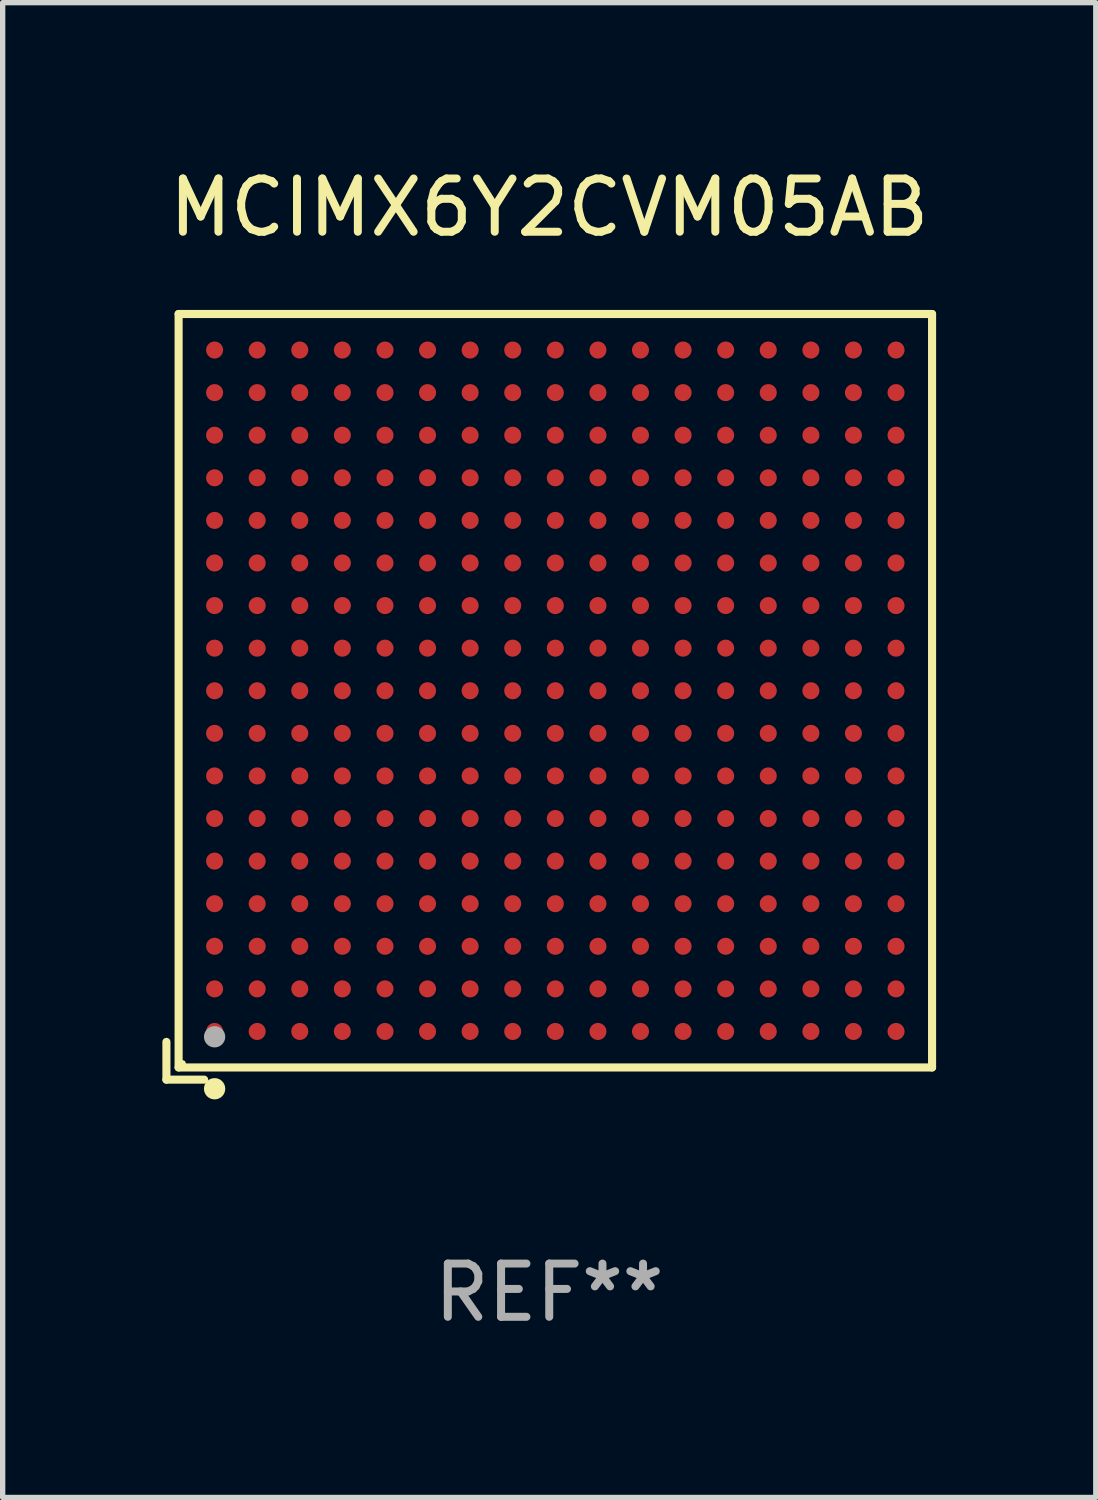
<source format=kicad_pcb>
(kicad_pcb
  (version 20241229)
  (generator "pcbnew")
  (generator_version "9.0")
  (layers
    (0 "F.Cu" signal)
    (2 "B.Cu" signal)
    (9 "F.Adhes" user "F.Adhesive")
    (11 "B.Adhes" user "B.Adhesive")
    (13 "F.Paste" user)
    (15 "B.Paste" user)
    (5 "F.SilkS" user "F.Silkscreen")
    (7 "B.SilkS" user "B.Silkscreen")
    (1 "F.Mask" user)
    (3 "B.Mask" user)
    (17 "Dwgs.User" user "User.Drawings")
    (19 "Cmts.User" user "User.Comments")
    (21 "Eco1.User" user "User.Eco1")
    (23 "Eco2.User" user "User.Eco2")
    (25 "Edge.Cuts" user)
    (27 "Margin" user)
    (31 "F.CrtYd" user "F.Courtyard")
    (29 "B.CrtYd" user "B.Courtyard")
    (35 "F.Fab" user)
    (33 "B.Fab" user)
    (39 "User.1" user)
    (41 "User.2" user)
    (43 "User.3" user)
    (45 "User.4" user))
  (footprint "MCIMX6Y2CVM05AB"
    (layer "F.Cu")
    (at 7.267 10.039)
    (property "Reference" "MCIMX6Y2CVM05AB" (at 0 -9.191 0) (layer "F.SilkS") (effects (font (size 1 1) (thickness 0.15))))
    (attr through_hole)
    (fp_line (start -7.191 6.482) (end -7.191 7.191) (stroke (width 0.152) (type solid)) (layer "F.SilkS"))
    (fp_line (start -7.191 7.191) (end -6.482 7.191) (stroke (width 0.152) (type solid)) (layer "F.SilkS"))
    (fp_line (start -6.962 -7.191) (end 7.191 -7.191) (stroke (width 0.152) (type solid)) (layer "F.SilkS"))
    (fp_line (start -6.962 6.962) (end -6.962 -7.191) (stroke (width 0.152) (type solid)) (layer "F.SilkS"))
    (fp_line (start 7.191 -7.191) (end 7.191 6.962) (stroke (width 0.152) (type solid)) (layer "F.SilkS"))
    (fp_line (start 7.191 6.962) (end -6.962 6.962) (stroke (width 0.152) (type solid)) (layer "F.SilkS"))
    (fp_circle (center -6.886 6.886) (end -6.856 6.886) (stroke (width 0.06) (type solid)) (fill no) (layer "F.SilkS"))
    (fp_circle (center -6.286 7.362) (end -6.186 7.362) (stroke (width 0.2) (type solid)) (fill no) (layer "F.SilkS"))
    (fp_circle (center -6.286 6.386) (end -6.186 6.386) (stroke (width 0.2) (type solid)) (fill no) (layer "F.Fab"))
    (fp_text user "REF**" (at 0 11.191 0) (layer "F.Fab") (effects (font (size 1 1) (thickness 0.15))))
    (pad "A1" smd circle (at -6.286 6.286) (size 0.32 0.32) (layers "F.Cu" "F.Mask" "F.Paste"))
    (pad "A2" smd circle (at -6.286 5.486) (size 0.32 0.32) (layers "F.Cu" "F.Mask" "F.Paste"))
    (pad "A3" smd circle (at -6.286 4.686) (size 0.32 0.32) (layers "F.Cu" "F.Mask" "F.Paste"))
    (pad "A4" smd circle (at -6.286 3.886) (size 0.32 0.32) (layers "F.Cu" "F.Mask" "F.Paste"))
    (pad "A5" smd circle (at -6.286 3.086) (size 0.32 0.32) (layers "F.Cu" "F.Mask" "F.Paste"))
    (pad "A6" smd circle (at -6.286 2.286) (size 0.32 0.32) (layers "F.Cu" "F.Mask" "F.Paste"))
    (pad "A7" smd circle (at -6.286 1.486) (size 0.32 0.32) (layers "F.Cu" "F.Mask" "F.Paste"))
    (pad "A8" smd circle (at -6.286 0.686) (size 0.32 0.32) (layers "F.Cu" "F.Mask" "F.Paste"))
    (pad "A9" smd circle (at -6.286 -0.114) (size 0.32 0.32) (layers "F.Cu" "F.Mask" "F.Paste"))
    (pad "A10" smd circle (at -6.286 -0.914) (size 0.32 0.32) (layers "F.Cu" "F.Mask" "F.Paste"))
    (pad "A11" smd circle (at -6.286 -1.714) (size 0.32 0.32) (layers "F.Cu" "F.Mask" "F.Paste"))
    (pad "A12" smd circle (at -6.286 -2.514) (size 0.32 0.32) (layers "F.Cu" "F.Mask" "F.Paste"))
    (pad "A13" smd circle (at -6.286 -3.314) (size 0.32 0.32) (layers "F.Cu" "F.Mask" "F.Paste"))
    (pad "A14" smd circle (at -6.286 -4.114) (size 0.32 0.32) (layers "F.Cu" "F.Mask" "F.Paste"))
    (pad "A15" smd circle (at -6.286 -4.914) (size 0.32 0.32) (layers "F.Cu" "F.Mask" "F.Paste"))
    (pad "A16" smd circle (at -6.286 -5.714) (size 0.32 0.32) (layers "F.Cu" "F.Mask" "F.Paste"))
    (pad "A17" smd circle (at -6.286 -6.514) (size 0.32 0.32) (layers "F.Cu" "F.Mask" "F.Paste"))
    (pad "B1" smd circle (at -5.486 6.286) (size 0.32 0.32) (layers "F.Cu" "F.Mask" "F.Paste"))
    (pad "B2" smd circle (at -5.486 5.486) (size 0.32 0.32) (layers "F.Cu" "F.Mask" "F.Paste"))
    (pad "B3" smd circle (at -5.486 4.686) (size 0.32 0.32) (layers "F.Cu" "F.Mask" "F.Paste"))
    (pad "B4" smd circle (at -5.486 3.886) (size 0.32 0.32) (layers "F.Cu" "F.Mask" "F.Paste"))
    (pad "B5" smd circle (at -5.486 3.086) (size 0.32 0.32) (layers "F.Cu" "F.Mask" "F.Paste"))
    (pad "B6" smd circle (at -5.486 2.286) (size 0.32 0.32) (layers "F.Cu" "F.Mask" "F.Paste"))
    (pad "B7" smd circle (at -5.486 1.486) (size 0.32 0.32) (layers "F.Cu" "F.Mask" "F.Paste"))
    (pad "B8" smd circle (at -5.486 0.686) (size 0.32 0.32) (layers "F.Cu" "F.Mask" "F.Paste"))
    (pad "B9" smd circle (at -5.486 -0.114) (size 0.32 0.32) (layers "F.Cu" "F.Mask" "F.Paste"))
    (pad "B10" smd circle (at -5.486 -0.914) (size 0.32 0.32) (layers "F.Cu" "F.Mask" "F.Paste"))
    (pad "B11" smd circle (at -5.486 -1.714) (size 0.32 0.32) (layers "F.Cu" "F.Mask" "F.Paste"))
    (pad "B12" smd circle (at -5.486 -2.514) (size 0.32 0.32) (layers "F.Cu" "F.Mask" "F.Paste"))
    (pad "B13" smd circle (at -5.486 -3.314) (size 0.32 0.32) (layers "F.Cu" "F.Mask" "F.Paste"))
    (pad "B14" smd circle (at -5.486 -4.114) (size 0.32 0.32) (layers "F.Cu" "F.Mask" "F.Paste"))
    (pad "B15" smd circle (at -5.486 -4.914) (size 0.32 0.32) (layers "F.Cu" "F.Mask" "F.Paste"))
    (pad "B16" smd circle (at -5.486 -5.714) (size 0.32 0.32) (layers "F.Cu" "F.Mask" "F.Paste"))
    (pad "B17" smd circle (at -5.486 -6.514) (size 0.32 0.32) (layers "F.Cu" "F.Mask" "F.Paste"))
    (pad "C1" smd circle (at -4.686 6.286) (size 0.32 0.32) (layers "F.Cu" "F.Mask" "F.Paste"))
    (pad "C2" smd circle (at -4.686 5.486) (size 0.32 0.32) (layers "F.Cu" "F.Mask" "F.Paste"))
    (pad "C3" smd circle (at -4.686 4.686) (size 0.32 0.32) (layers "F.Cu" "F.Mask" "F.Paste"))
    (pad "C4" smd circle (at -4.686 3.886) (size 0.32 0.32) (layers "F.Cu" "F.Mask" "F.Paste"))
    (pad "C5" smd circle (at -4.686 3.086) (size 0.32 0.32) (layers "F.Cu" "F.Mask" "F.Paste"))
    (pad "C6" smd circle (at -4.686 2.286) (size 0.32 0.32) (layers "F.Cu" "F.Mask" "F.Paste"))
    (pad "C7" smd circle (at -4.686 1.486) (size 0.32 0.32) (layers "F.Cu" "F.Mask" "F.Paste"))
    (pad "C8" smd circle (at -4.686 0.686) (size 0.32 0.32) (layers "F.Cu" "F.Mask" "F.Paste"))
    (pad "C9" smd circle (at -4.686 -0.114) (size 0.32 0.32) (layers "F.Cu" "F.Mask" "F.Paste"))
    (pad "C10" smd circle (at -4.686 -0.914) (size 0.32 0.32) (layers "F.Cu" "F.Mask" "F.Paste"))
    (pad "C11" smd circle (at -4.686 -1.714) (size 0.32 0.32) (layers "F.Cu" "F.Mask" "F.Paste"))
    (pad "C12" smd circle (at -4.686 -2.514) (size 0.32 0.32) (layers "F.Cu" "F.Mask" "F.Paste"))
    (pad "C13" smd circle (at -4.686 -3.314) (size 0.32 0.32) (layers "F.Cu" "F.Mask" "F.Paste"))
    (pad "C14" smd circle (at -4.686 -4.114) (size 0.32 0.32) (layers "F.Cu" "F.Mask" "F.Paste"))
    (pad "C15" smd circle (at -4.686 -4.914) (size 0.32 0.32) (layers "F.Cu" "F.Mask" "F.Paste"))
    (pad "C16" smd circle (at -4.686 -5.714) (size 0.32 0.32) (layers "F.Cu" "F.Mask" "F.Paste"))
    (pad "C17" smd circle (at -4.686 -6.514) (size 0.32 0.32) (layers "F.Cu" "F.Mask" "F.Paste"))
    (pad "D1" smd circle (at -3.886 6.286) (size 0.32 0.32) (layers "F.Cu" "F.Mask" "F.Paste"))
    (pad "D2" smd circle (at -3.886 5.486) (size 0.32 0.32) (layers "F.Cu" "F.Mask" "F.Paste"))
    (pad "D3" smd circle (at -3.886 4.686) (size 0.32 0.32) (layers "F.Cu" "F.Mask" "F.Paste"))
    (pad "D4" smd circle (at -3.886 3.886) (size 0.32 0.32) (layers "F.Cu" "F.Mask" "F.Paste"))
    (pad "D5" smd circle (at -3.886 3.086) (size 0.32 0.32) (layers "F.Cu" "F.Mask" "F.Paste"))
    (pad "D6" smd circle (at -3.886 2.286) (size 0.32 0.32) (layers "F.Cu" "F.Mask" "F.Paste"))
    (pad "D7" smd circle (at -3.886 1.486) (size 0.32 0.32) (layers "F.Cu" "F.Mask" "F.Paste"))
    (pad "D8" smd circle (at -3.886 0.686) (size 0.32 0.32) (layers "F.Cu" "F.Mask" "F.Paste"))
    (pad "D9" smd circle (at -3.886 -0.114) (size 0.32 0.32) (layers "F.Cu" "F.Mask" "F.Paste"))
    (pad "D10" smd circle (at -3.886 -0.914) (size 0.32 0.32) (layers "F.Cu" "F.Mask" "F.Paste"))
    (pad "D11" smd circle (at -3.886 -1.714) (size 0.32 0.32) (layers "F.Cu" "F.Mask" "F.Paste"))
    (pad "D12" smd circle (at -3.886 -2.514) (size 0.32 0.32) (layers "F.Cu" "F.Mask" "F.Paste"))
    (pad "D13" smd circle (at -3.886 -3.314) (size 0.32 0.32) (layers "F.Cu" "F.Mask" "F.Paste"))
    (pad "D14" smd circle (at -3.886 -4.114) (size 0.32 0.32) (layers "F.Cu" "F.Mask" "F.Paste"))
    (pad "D15" smd circle (at -3.886 -4.914) (size 0.32 0.32) (layers "F.Cu" "F.Mask" "F.Paste"))
    (pad "D16" smd circle (at -3.886 -5.714) (size 0.32 0.32) (layers "F.Cu" "F.Mask" "F.Paste"))
    (pad "D17" smd circle (at -3.886 -6.514) (size 0.32 0.32) (layers "F.Cu" "F.Mask" "F.Paste"))
    (pad "E1" smd circle (at -3.085 6.286) (size 0.32 0.32) (layers "F.Cu" "F.Mask" "F.Paste"))
    (pad "E2" smd circle (at -3.085 5.486) (size 0.32 0.32) (layers "F.Cu" "F.Mask" "F.Paste"))
    (pad "E3" smd circle (at -3.085 4.686) (size 0.32 0.32) (layers "F.Cu" "F.Mask" "F.Paste"))
    (pad "E4" smd circle (at -3.085 3.886) (size 0.32 0.32) (layers "F.Cu" "F.Mask" "F.Paste"))
    (pad "E5" smd circle (at -3.085 3.086) (size 0.32 0.32) (layers "F.Cu" "F.Mask" "F.Paste"))
    (pad "E6" smd circle (at -3.085 2.286) (size 0.32 0.32) (layers "F.Cu" "F.Mask" "F.Paste"))
    (pad "E7" smd circle (at -3.085 1.486) (size 0.32 0.32) (layers "F.Cu" "F.Mask" "F.Paste"))
    (pad "E8" smd circle (at -3.085 0.686) (size 0.32 0.32) (layers "F.Cu" "F.Mask" "F.Paste"))
    (pad "E9" smd circle (at -3.085 -0.114) (size 0.32 0.32) (layers "F.Cu" "F.Mask" "F.Paste"))
    (pad "E10" smd circle (at -3.085 -0.914) (size 0.32 0.32) (layers "F.Cu" "F.Mask" "F.Paste"))
    (pad "E11" smd circle (at -3.085 -1.714) (size 0.32 0.32) (layers "F.Cu" "F.Mask" "F.Paste"))
    (pad "E12" smd circle (at -3.085 -2.514) (size 0.32 0.32) (layers "F.Cu" "F.Mask" "F.Paste"))
    (pad "E13" smd circle (at -3.085 -3.314) (size 0.32 0.32) (layers "F.Cu" "F.Mask" "F.Paste"))
    (pad "E14" smd circle (at -3.085 -4.114) (size 0.32 0.32) (layers "F.Cu" "F.Mask" "F.Paste"))
    (pad "E15" smd circle (at -3.085 -4.914) (size 0.32 0.32) (layers "F.Cu" "F.Mask" "F.Paste"))
    (pad "E16" smd circle (at -3.085 -5.714) (size 0.32 0.32) (layers "F.Cu" "F.Mask" "F.Paste"))
    (pad "E17" smd circle (at -3.085 -6.514) (size 0.32 0.32) (layers "F.Cu" "F.Mask" "F.Paste"))
    (pad "F1" smd circle (at -2.286 6.286) (size 0.32 0.32) (layers "F.Cu" "F.Mask" "F.Paste"))
    (pad "F2" smd circle (at -2.286 5.486) (size 0.32 0.32) (layers "F.Cu" "F.Mask" "F.Paste"))
    (pad "F3" smd circle (at -2.286 4.686) (size 0.32 0.32) (layers "F.Cu" "F.Mask" "F.Paste"))
    (pad "F4" smd circle (at -2.286 3.886) (size 0.32 0.32) (layers "F.Cu" "F.Mask" "F.Paste"))
    (pad "F5" smd circle (at -2.286 3.086) (size 0.32 0.32) (layers "F.Cu" "F.Mask" "F.Paste"))
    (pad "F6" smd circle (at -2.286 2.286) (size 0.32 0.32) (layers "F.Cu" "F.Mask" "F.Paste"))
    (pad "F7" smd circle (at -2.286 1.486) (size 0.32 0.32) (layers "F.Cu" "F.Mask" "F.Paste"))
    (pad "F8" smd circle (at -2.286 0.686) (size 0.32 0.32) (layers "F.Cu" "F.Mask" "F.Paste"))
    (pad "F9" smd circle (at -2.286 -0.114) (size 0.32 0.32) (layers "F.Cu" "F.Mask" "F.Paste"))
    (pad "F10" smd circle (at -2.286 -0.914) (size 0.32 0.32) (layers "F.Cu" "F.Mask" "F.Paste"))
    (pad "F11" smd circle (at -2.286 -1.714) (size 0.32 0.32) (layers "F.Cu" "F.Mask" "F.Paste"))
    (pad "F12" smd circle (at -2.286 -2.514) (size 0.32 0.32) (layers "F.Cu" "F.Mask" "F.Paste"))
    (pad "F13" smd circle (at -2.286 -3.314) (size 0.32 0.32) (layers "F.Cu" "F.Mask" "F.Paste"))
    (pad "F14" smd circle (at -2.286 -4.114) (size 0.32 0.32) (layers "F.Cu" "F.Mask" "F.Paste"))
    (pad "F15" smd circle (at -2.286 -4.914) (size 0.32 0.32) (layers "F.Cu" "F.Mask" "F.Paste"))
    (pad "F16" smd circle (at -2.286 -5.714) (size 0.32 0.32) (layers "F.Cu" "F.Mask" "F.Paste"))
    (pad "F17" smd circle (at -2.286 -6.514) (size 0.32 0.32) (layers "F.Cu" "F.Mask" "F.Paste"))
    (pad "G1" smd circle (at -1.486 6.286) (size 0.32 0.32) (layers "F.Cu" "F.Mask" "F.Paste"))
    (pad "G2" smd circle (at -1.486 5.486) (size 0.32 0.32) (layers "F.Cu" "F.Mask" "F.Paste"))
    (pad "G3" smd circle (at -1.486 4.686) (size 0.32 0.32) (layers "F.Cu" "F.Mask" "F.Paste"))
    (pad "G4" smd circle (at -1.486 3.886) (size 0.32 0.32) (layers "F.Cu" "F.Mask" "F.Paste"))
    (pad "G5" smd circle (at -1.486 3.086) (size 0.32 0.32) (layers "F.Cu" "F.Mask" "F.Paste"))
    (pad "G6" smd circle (at -1.486 2.286) (size 0.32 0.32) (layers "F.Cu" "F.Mask" "F.Paste"))
    (pad "G7" smd circle (at -1.486 1.486) (size 0.32 0.32) (layers "F.Cu" "F.Mask" "F.Paste"))
    (pad "G8" smd circle (at -1.486 0.686) (size 0.32 0.32) (layers "F.Cu" "F.Mask" "F.Paste"))
    (pad "G9" smd circle (at -1.486 -0.114) (size 0.32 0.32) (layers "F.Cu" "F.Mask" "F.Paste"))
    (pad "G10" smd circle (at -1.486 -0.914) (size 0.32 0.32) (layers "F.Cu" "F.Mask" "F.Paste"))
    (pad "G11" smd circle (at -1.486 -1.714) (size 0.32 0.32) (layers "F.Cu" "F.Mask" "F.Paste"))
    (pad "G12" smd circle (at -1.486 -2.514) (size 0.32 0.32) (layers "F.Cu" "F.Mask" "F.Paste"))
    (pad "G13" smd circle (at -1.486 -3.314) (size 0.32 0.32) (layers "F.Cu" "F.Mask" "F.Paste"))
    (pad "G14" smd circle (at -1.486 -4.114) (size 0.32 0.32) (layers "F.Cu" "F.Mask" "F.Paste"))
    (pad "G15" smd circle (at -1.486 -4.914) (size 0.32 0.32) (layers "F.Cu" "F.Mask" "F.Paste"))
    (pad "G16" smd circle (at -1.486 -5.714) (size 0.32 0.32) (layers "F.Cu" "F.Mask" "F.Paste"))
    (pad "G17" smd circle (at -1.486 -6.514) (size 0.32 0.32) (layers "F.Cu" "F.Mask" "F.Paste"))
    (pad "H1" smd circle (at -0.686 6.286) (size 0.32 0.32) (layers "F.Cu" "F.Mask" "F.Paste"))
    (pad "H2" smd circle (at -0.686 5.486) (size 0.32 0.32) (layers "F.Cu" "F.Mask" "F.Paste"))
    (pad "H3" smd circle (at -0.686 4.686) (size 0.32 0.32) (layers "F.Cu" "F.Mask" "F.Paste"))
    (pad "H4" smd circle (at -0.686 3.886) (size 0.32 0.32) (layers "F.Cu" "F.Mask" "F.Paste"))
    (pad "H5" smd circle (at -0.686 3.086) (size 0.32 0.32) (layers "F.Cu" "F.Mask" "F.Paste"))
    (pad "H6" smd circle (at -0.686 2.286) (size 0.32 0.32) (layers "F.Cu" "F.Mask" "F.Paste"))
    (pad "H7" smd circle (at -0.686 1.486) (size 0.32 0.32) (layers "F.Cu" "F.Mask" "F.Paste"))
    (pad "H8" smd circle (at -0.686 0.686) (size 0.32 0.32) (layers "F.Cu" "F.Mask" "F.Paste"))
    (pad "H9" smd circle (at -0.686 -0.114) (size 0.32 0.32) (layers "F.Cu" "F.Mask" "F.Paste"))
    (pad "H10" smd circle (at -0.686 -0.914) (size 0.32 0.32) (layers "F.Cu" "F.Mask" "F.Paste"))
    (pad "H11" smd circle (at -0.686 -1.714) (size 0.32 0.32) (layers "F.Cu" "F.Mask" "F.Paste"))
    (pad "H12" smd circle (at -0.686 -2.514) (size 0.32 0.32) (layers "F.Cu" "F.Mask" "F.Paste"))
    (pad "H13" smd circle (at -0.686 -3.314) (size 0.32 0.32) (layers "F.Cu" "F.Mask" "F.Paste"))
    (pad "H14" smd circle (at -0.686 -4.114) (size 0.32 0.32) (layers "F.Cu" "F.Mask" "F.Paste"))
    (pad "H15" smd circle (at -0.686 -4.914) (size 0.32 0.32) (layers "F.Cu" "F.Mask" "F.Paste"))
    (pad "H16" smd circle (at -0.686 -5.714) (size 0.32 0.32) (layers "F.Cu" "F.Mask" "F.Paste"))
    (pad "H17" smd circle (at -0.686 -6.514) (size 0.32 0.32) (layers "F.Cu" "F.Mask" "F.Paste"))
    (pad "J1" smd circle (at 0.114 6.286) (size 0.32 0.32) (layers "F.Cu" "F.Mask" "F.Paste"))
    (pad "J2" smd circle (at 0.114 5.486) (size 0.32 0.32) (layers "F.Cu" "F.Mask" "F.Paste"))
    (pad "J3" smd circle (at 0.114 4.686) (size 0.32 0.32) (layers "F.Cu" "F.Mask" "F.Paste"))
    (pad "J4" smd circle (at 0.114 3.886) (size 0.32 0.32) (layers "F.Cu" "F.Mask" "F.Paste"))
    (pad "J5" smd circle (at 0.114 3.086) (size 0.32 0.32) (layers "F.Cu" "F.Mask" "F.Paste"))
    (pad "J6" smd circle (at 0.114 2.286) (size 0.32 0.32) (layers "F.Cu" "F.Mask" "F.Paste"))
    (pad "J7" smd circle (at 0.114 1.486) (size 0.32 0.32) (layers "F.Cu" "F.Mask" "F.Paste"))
    (pad "J8" smd circle (at 0.114 0.686) (size 0.32 0.32) (layers "F.Cu" "F.Mask" "F.Paste"))
    (pad "J9" smd circle (at 0.114 -0.114) (size 0.32 0.32) (layers "F.Cu" "F.Mask" "F.Paste"))
    (pad "J10" smd circle (at 0.114 -0.914) (size 0.32 0.32) (layers "F.Cu" "F.Mask" "F.Paste"))
    (pad "J11" smd circle (at 0.114 -1.714) (size 0.32 0.32) (layers "F.Cu" "F.Mask" "F.Paste"))
    (pad "J12" smd circle (at 0.114 -2.514) (size 0.32 0.32) (layers "F.Cu" "F.Mask" "F.Paste"))
    (pad "J13" smd circle (at 0.114 -3.314) (size 0.32 0.32) (layers "F.Cu" "F.Mask" "F.Paste"))
    (pad "J14" smd circle (at 0.114 -4.114) (size 0.32 0.32) (layers "F.Cu" "F.Mask" "F.Paste"))
    (pad "J15" smd circle (at 0.114 -4.914) (size 0.32 0.32) (layers "F.Cu" "F.Mask" "F.Paste"))
    (pad "J16" smd circle (at 0.114 -5.714) (size 0.32 0.32) (layers "F.Cu" "F.Mask" "F.Paste"))
    (pad "J17" smd circle (at 0.114 -6.514) (size 0.32 0.32) (layers "F.Cu" "F.Mask" "F.Paste"))
    (pad "K1" smd circle (at 0.915 6.286) (size 0.32 0.32) (layers "F.Cu" "F.Mask" "F.Paste"))
    (pad "K2" smd circle (at 0.915 5.486) (size 0.32 0.32) (layers "F.Cu" "F.Mask" "F.Paste"))
    (pad "K3" smd circle (at 0.915 4.686) (size 0.32 0.32) (layers "F.Cu" "F.Mask" "F.Paste"))
    (pad "K4" smd circle (at 0.915 3.886) (size 0.32 0.32) (layers "F.Cu" "F.Mask" "F.Paste"))
    (pad "K5" smd circle (at 0.915 3.086) (size 0.32 0.32) (layers "F.Cu" "F.Mask" "F.Paste"))
    (pad "K6" smd circle (at 0.915 2.286) (size 0.32 0.32) (layers "F.Cu" "F.Mask" "F.Paste"))
    (pad "K7" smd circle (at 0.915 1.486) (size 0.32 0.32) (layers "F.Cu" "F.Mask" "F.Paste"))
    (pad "K8" smd circle (at 0.915 0.686) (size 0.32 0.32) (layers "F.Cu" "F.Mask" "F.Paste"))
    (pad "K9" smd circle (at 0.915 -0.114) (size 0.32 0.32) (layers "F.Cu" "F.Mask" "F.Paste"))
    (pad "K10" smd circle (at 0.915 -0.914) (size 0.32 0.32) (layers "F.Cu" "F.Mask" "F.Paste"))
    (pad "K11" smd circle (at 0.915 -1.714) (size 0.32 0.32) (layers "F.Cu" "F.Mask" "F.Paste"))
    (pad "K12" smd circle (at 0.915 -2.514) (size 0.32 0.32) (layers "F.Cu" "F.Mask" "F.Paste"))
    (pad "K13" smd circle (at 0.915 -3.314) (size 0.32 0.32) (layers "F.Cu" "F.Mask" "F.Paste"))
    (pad "K14" smd circle (at 0.915 -4.114) (size 0.32 0.32) (layers "F.Cu" "F.Mask" "F.Paste"))
    (pad "K15" smd circle (at 0.915 -4.914) (size 0.32 0.32) (layers "F.Cu" "F.Mask" "F.Paste"))
    (pad "K16" smd circle (at 0.915 -5.714) (size 0.32 0.32) (layers "F.Cu" "F.Mask" "F.Paste"))
    (pad "K17" smd circle (at 0.915 -6.514) (size 0.32 0.32) (layers "F.Cu" "F.Mask" "F.Paste"))
    (pad "L1" smd circle (at 1.714 6.286) (size 0.32 0.32) (layers "F.Cu" "F.Mask" "F.Paste"))
    (pad "L2" smd circle (at 1.714 5.486) (size 0.32 0.32) (layers "F.Cu" "F.Mask" "F.Paste"))
    (pad "L3" smd circle (at 1.714 4.686) (size 0.32 0.32) (layers "F.Cu" "F.Mask" "F.Paste"))
    (pad "L4" smd circle (at 1.714 3.886) (size 0.32 0.32) (layers "F.Cu" "F.Mask" "F.Paste"))
    (pad "L5" smd circle (at 1.714 3.086) (size 0.32 0.32) (layers "F.Cu" "F.Mask" "F.Paste"))
    (pad "L6" smd circle (at 1.714 2.286) (size 0.32 0.32) (layers "F.Cu" "F.Mask" "F.Paste"))
    (pad "L7" smd circle (at 1.714 1.486) (size 0.32 0.32) (layers "F.Cu" "F.Mask" "F.Paste"))
    (pad "L8" smd circle (at 1.714 0.686) (size 0.32 0.32) (layers "F.Cu" "F.Mask" "F.Paste"))
    (pad "L9" smd circle (at 1.714 -0.114) (size 0.32 0.32) (layers "F.Cu" "F.Mask" "F.Paste"))
    (pad "L10" smd circle (at 1.714 -0.914) (size 0.32 0.32) (layers "F.Cu" "F.Mask" "F.Paste"))
    (pad "L11" smd circle (at 1.714 -1.714) (size 0.32 0.32) (layers "F.Cu" "F.Mask" "F.Paste"))
    (pad "L12" smd circle (at 1.714 -2.514) (size 0.32 0.32) (layers "F.Cu" "F.Mask" "F.Paste"))
    (pad "L13" smd circle (at 1.714 -3.314) (size 0.32 0.32) (layers "F.Cu" "F.Mask" "F.Paste"))
    (pad "L14" smd circle (at 1.714 -4.114) (size 0.32 0.32) (layers "F.Cu" "F.Mask" "F.Paste"))
    (pad "L15" smd circle (at 1.714 -4.914) (size 0.32 0.32) (layers "F.Cu" "F.Mask" "F.Paste"))
    (pad "L16" smd circle (at 1.714 -5.714) (size 0.32 0.32) (layers "F.Cu" "F.Mask" "F.Paste"))
    (pad "L17" smd circle (at 1.714 -6.514) (size 0.32 0.32) (layers "F.Cu" "F.Mask" "F.Paste"))
    (pad "M1" smd circle (at 2.514 6.286) (size 0.32 0.32) (layers "F.Cu" "F.Mask" "F.Paste"))
    (pad "M2" smd circle (at 2.514 5.486) (size 0.32 0.32) (layers "F.Cu" "F.Mask" "F.Paste"))
    (pad "M3" smd circle (at 2.514 4.686) (size 0.32 0.32) (layers "F.Cu" "F.Mask" "F.Paste"))
    (pad "M4" smd circle (at 2.514 3.886) (size 0.32 0.32) (layers "F.Cu" "F.Mask" "F.Paste"))
    (pad "M5" smd circle (at 2.514 3.086) (size 0.32 0.32) (layers "F.Cu" "F.Mask" "F.Paste"))
    (pad "M6" smd circle (at 2.514 2.286) (size 0.32 0.32) (layers "F.Cu" "F.Mask" "F.Paste"))
    (pad "M7" smd circle (at 2.514 1.486) (size 0.32 0.32) (layers "F.Cu" "F.Mask" "F.Paste"))
    (pad "M8" smd circle (at 2.514 0.686) (size 0.32 0.32) (layers "F.Cu" "F.Mask" "F.Paste"))
    (pad "M9" smd circle (at 2.514 -0.114) (size 0.32 0.32) (layers "F.Cu" "F.Mask" "F.Paste"))
    (pad "M10" smd circle (at 2.514 -0.914) (size 0.32 0.32) (layers "F.Cu" "F.Mask" "F.Paste"))
    (pad "M11" smd circle (at 2.514 -1.714) (size 0.32 0.32) (layers "F.Cu" "F.Mask" "F.Paste"))
    (pad "M12" smd circle (at 2.514 -2.514) (size 0.32 0.32) (layers "F.Cu" "F.Mask" "F.Paste"))
    (pad "M13" smd circle (at 2.514 -3.314) (size 0.32 0.32) (layers "F.Cu" "F.Mask" "F.Paste"))
    (pad "M14" smd circle (at 2.514 -4.114) (size 0.32 0.32) (layers "F.Cu" "F.Mask" "F.Paste"))
    (pad "M15" smd circle (at 2.514 -4.914) (size 0.32 0.32) (layers "F.Cu" "F.Mask" "F.Paste"))
    (pad "M16" smd circle (at 2.514 -5.714) (size 0.32 0.32) (layers "F.Cu" "F.Mask" "F.Paste"))
    (pad "M17" smd circle (at 2.514 -6.514) (size 0.32 0.32) (layers "F.Cu" "F.Mask" "F.Paste"))
    (pad "N1" smd circle (at 3.314 6.286) (size 0.32 0.32) (layers "F.Cu" "F.Mask" "F.Paste"))
    (pad "N2" smd circle (at 3.314 5.486) (size 0.32 0.32) (layers "F.Cu" "F.Mask" "F.Paste"))
    (pad "N3" smd circle (at 3.314 4.686) (size 0.32 0.32) (layers "F.Cu" "F.Mask" "F.Paste"))
    (pad "N4" smd circle (at 3.314 3.886) (size 0.32 0.32) (layers "F.Cu" "F.Mask" "F.Paste"))
    (pad "N5" smd circle (at 3.314 3.086) (size 0.32 0.32) (layers "F.Cu" "F.Mask" "F.Paste"))
    (pad "N6" smd circle (at 3.314 2.286) (size 0.32 0.32) (layers "F.Cu" "F.Mask" "F.Paste"))
    (pad "N7" smd circle (at 3.314 1.486) (size 0.32 0.32) (layers "F.Cu" "F.Mask" "F.Paste"))
    (pad "N8" smd circle (at 3.314 0.686) (size 0.32 0.32) (layers "F.Cu" "F.Mask" "F.Paste"))
    (pad "N9" smd circle (at 3.314 -0.114) (size 0.32 0.32) (layers "F.Cu" "F.Mask" "F.Paste"))
    (pad "N10" smd circle (at 3.314 -0.914) (size 0.32 0.32) (layers "F.Cu" "F.Mask" "F.Paste"))
    (pad "N11" smd circle (at 3.314 -1.714) (size 0.32 0.32) (layers "F.Cu" "F.Mask" "F.Paste"))
    (pad "N12" smd circle (at 3.314 -2.514) (size 0.32 0.32) (layers "F.Cu" "F.Mask" "F.Paste"))
    (pad "N13" smd circle (at 3.314 -3.314) (size 0.32 0.32) (layers "F.Cu" "F.Mask" "F.Paste"))
    (pad "N14" smd circle (at 3.314 -4.114) (size 0.32 0.32) (layers "F.Cu" "F.Mask" "F.Paste"))
    (pad "N15" smd circle (at 3.314 -4.914) (size 0.32 0.32) (layers "F.Cu" "F.Mask" "F.Paste"))
    (pad "N16" smd circle (at 3.314 -5.714) (size 0.32 0.32) (layers "F.Cu" "F.Mask" "F.Paste"))
    (pad "N17" smd circle (at 3.314 -6.514) (size 0.32 0.32) (layers "F.Cu" "F.Mask" "F.Paste"))
    (pad "P1" smd circle (at 4.114 6.286) (size 0.32 0.32) (layers "F.Cu" "F.Mask" "F.Paste"))
    (pad "P2" smd circle (at 4.114 5.486) (size 0.32 0.32) (layers "F.Cu" "F.Mask" "F.Paste"))
    (pad "P3" smd circle (at 4.114 4.686) (size 0.32 0.32) (layers "F.Cu" "F.Mask" "F.Paste"))
    (pad "P4" smd circle (at 4.114 3.886) (size 0.32 0.32) (layers "F.Cu" "F.Mask" "F.Paste"))
    (pad "P5" smd circle (at 4.114 3.086) (size 0.32 0.32) (layers "F.Cu" "F.Mask" "F.Paste"))
    (pad "P6" smd circle (at 4.114 2.286) (size 0.32 0.32) (layers "F.Cu" "F.Mask" "F.Paste"))
    (pad "P7" smd circle (at 4.114 1.486) (size 0.32 0.32) (layers "F.Cu" "F.Mask" "F.Paste"))
    (pad "P8" smd circle (at 4.114 0.686) (size 0.32 0.32) (layers "F.Cu" "F.Mask" "F.Paste"))
    (pad "P9" smd circle (at 4.114 -0.114) (size 0.32 0.32) (layers "F.Cu" "F.Mask" "F.Paste"))
    (pad "P10" smd circle (at 4.114 -0.914) (size 0.32 0.32) (layers "F.Cu" "F.Mask" "F.Paste"))
    (pad "P11" smd circle (at 4.114 -1.714) (size 0.32 0.32) (layers "F.Cu" "F.Mask" "F.Paste"))
    (pad "P12" smd circle (at 4.114 -2.514) (size 0.32 0.32) (layers "F.Cu" "F.Mask" "F.Paste"))
    (pad "P13" smd circle (at 4.114 -3.314) (size 0.32 0.32) (layers "F.Cu" "F.Mask" "F.Paste"))
    (pad "P14" smd circle (at 4.114 -4.114) (size 0.32 0.32) (layers "F.Cu" "F.Mask" "F.Paste"))
    (pad "P15" smd circle (at 4.114 -4.914) (size 0.32 0.32) (layers "F.Cu" "F.Mask" "F.Paste"))
    (pad "P16" smd circle (at 4.114 -5.714) (size 0.32 0.32) (layers "F.Cu" "F.Mask" "F.Paste"))
    (pad "P17" smd circle (at 4.114 -6.514) (size 0.32 0.32) (layers "F.Cu" "F.Mask" "F.Paste"))
    (pad "R1" smd circle (at 4.915 6.286) (size 0.32 0.32) (layers "F.Cu" "F.Mask" "F.Paste"))
    (pad "R2" smd circle (at 4.915 5.486) (size 0.32 0.32) (layers "F.Cu" "F.Mask" "F.Paste"))
    (pad "R3" smd circle (at 4.915 4.686) (size 0.32 0.32) (layers "F.Cu" "F.Mask" "F.Paste"))
    (pad "R4" smd circle (at 4.915 3.886) (size 0.32 0.32) (layers "F.Cu" "F.Mask" "F.Paste"))
    (pad "R5" smd circle (at 4.915 3.086) (size 0.32 0.32) (layers "F.Cu" "F.Mask" "F.Paste"))
    (pad "R6" smd circle (at 4.915 2.286) (size 0.32 0.32) (layers "F.Cu" "F.Mask" "F.Paste"))
    (pad "R7" smd circle (at 4.915 1.486) (size 0.32 0.32) (layers "F.Cu" "F.Mask" "F.Paste"))
    (pad "R8" smd circle (at 4.915 0.686) (size 0.32 0.32) (layers "F.Cu" "F.Mask" "F.Paste"))
    (pad "R9" smd circle (at 4.915 -0.114) (size 0.32 0.32) (layers "F.Cu" "F.Mask" "F.Paste"))
    (pad "R10" smd circle (at 4.915 -0.914) (size 0.32 0.32) (layers "F.Cu" "F.Mask" "F.Paste"))
    (pad "R11" smd circle (at 4.915 -1.714) (size 0.32 0.32) (layers "F.Cu" "F.Mask" "F.Paste"))
    (pad "R12" smd circle (at 4.915 -2.514) (size 0.32 0.32) (layers "F.Cu" "F.Mask" "F.Paste"))
    (pad "R13" smd circle (at 4.915 -3.314) (size 0.32 0.32) (layers "F.Cu" "F.Mask" "F.Paste"))
    (pad "R14" smd circle (at 4.915 -4.114) (size 0.32 0.32) (layers "F.Cu" "F.Mask" "F.Paste"))
    (pad "R15" smd circle (at 4.915 -4.914) (size 0.32 0.32) (layers "F.Cu" "F.Mask" "F.Paste"))
    (pad "R16" smd circle (at 4.915 -5.714) (size 0.32 0.32) (layers "F.Cu" "F.Mask" "F.Paste"))
    (pad "R17" smd circle (at 4.915 -6.514) (size 0.32 0.32) (layers "F.Cu" "F.Mask" "F.Paste"))
    (pad "T1" smd circle (at 5.714 6.286) (size 0.32 0.32) (layers "F.Cu" "F.Mask" "F.Paste"))
    (pad "T2" smd circle (at 5.714 5.486) (size 0.32 0.32) (layers "F.Cu" "F.Mask" "F.Paste"))
    (pad "T3" smd circle (at 5.714 4.686) (size 0.32 0.32) (layers "F.Cu" "F.Mask" "F.Paste"))
    (pad "T4" smd circle (at 5.714 3.886) (size 0.32 0.32) (layers "F.Cu" "F.Mask" "F.Paste"))
    (pad "T5" smd circle (at 5.714 3.086) (size 0.32 0.32) (layers "F.Cu" "F.Mask" "F.Paste"))
    (pad "T6" smd circle (at 5.714 2.286) (size 0.32 0.32) (layers "F.Cu" "F.Mask" "F.Paste"))
    (pad "T7" smd circle (at 5.714 1.486) (size 0.32 0.32) (layers "F.Cu" "F.Mask" "F.Paste"))
    (pad "T8" smd circle (at 5.714 0.686) (size 0.32 0.32) (layers "F.Cu" "F.Mask" "F.Paste"))
    (pad "T9" smd circle (at 5.714 -0.114) (size 0.32 0.32) (layers "F.Cu" "F.Mask" "F.Paste"))
    (pad "T10" smd circle (at 5.714 -0.914) (size 0.32 0.32) (layers "F.Cu" "F.Mask" "F.Paste"))
    (pad "T11" smd circle (at 5.714 -1.714) (size 0.32 0.32) (layers "F.Cu" "F.Mask" "F.Paste"))
    (pad "T12" smd circle (at 5.714 -2.514) (size 0.32 0.32) (layers "F.Cu" "F.Mask" "F.Paste"))
    (pad "T13" smd circle (at 5.714 -3.314) (size 0.32 0.32) (layers "F.Cu" "F.Mask" "F.Paste"))
    (pad "T14" smd circle (at 5.714 -4.114) (size 0.32 0.32) (layers "F.Cu" "F.Mask" "F.Paste"))
    (pad "T15" smd circle (at 5.714 -4.914) (size 0.32 0.32) (layers "F.Cu" "F.Mask" "F.Paste"))
    (pad "T16" smd circle (at 5.714 -5.714) (size 0.32 0.32) (layers "F.Cu" "F.Mask" "F.Paste"))
    (pad "T17" smd circle (at 5.714 -6.514) (size 0.32 0.32) (layers "F.Cu" "F.Mask" "F.Paste"))
    (pad "U1" smd circle (at 6.514 6.286) (size 0.32 0.32) (layers "F.Cu" "F.Mask" "F.Paste"))
    (pad "U2" smd circle (at 6.514 5.486) (size 0.32 0.32) (layers "F.Cu" "F.Mask" "F.Paste"))
    (pad "U3" smd circle (at 6.514 4.686) (size 0.32 0.32) (layers "F.Cu" "F.Mask" "F.Paste"))
    (pad "U4" smd circle (at 6.514 3.886) (size 0.32 0.32) (layers "F.Cu" "F.Mask" "F.Paste"))
    (pad "U5" smd circle (at 6.514 3.086) (size 0.32 0.32) (layers "F.Cu" "F.Mask" "F.Paste"))
    (pad "U6" smd circle (at 6.514 2.286) (size 0.32 0.32) (layers "F.Cu" "F.Mask" "F.Paste"))
    (pad "U7" smd circle (at 6.514 1.486) (size 0.32 0.32) (layers "F.Cu" "F.Mask" "F.Paste"))
    (pad "U8" smd circle (at 6.514 0.686) (size 0.32 0.32) (layers "F.Cu" "F.Mask" "F.Paste"))
    (pad "U9" smd circle (at 6.514 -0.114) (size 0.32 0.32) (layers "F.Cu" "F.Mask" "F.Paste"))
    (pad "U10" smd circle (at 6.514 -0.914) (size 0.32 0.32) (layers "F.Cu" "F.Mask" "F.Paste"))
    (pad "U11" smd circle (at 6.514 -1.714) (size 0.32 0.32) (layers "F.Cu" "F.Mask" "F.Paste"))
    (pad "U12" smd circle (at 6.514 -2.514) (size 0.32 0.32) (layers "F.Cu" "F.Mask" "F.Paste"))
    (pad "U13" smd circle (at 6.514 -3.314) (size 0.32 0.32) (layers "F.Cu" "F.Mask" "F.Paste"))
    (pad "U14" smd circle (at 6.514 -4.114) (size 0.32 0.32) (layers "F.Cu" "F.Mask" "F.Paste"))
    (pad "U15" smd circle (at 6.514 -4.914) (size 0.32 0.32) (layers "F.Cu" "F.Mask" "F.Paste"))
    (pad "U16" smd circle (at 6.514 -5.714) (size 0.32 0.32) (layers "F.Cu" "F.Mask" "F.Paste"))
    (pad "U17" smd circle (at 6.514 -6.514) (size 0.32 0.32) (layers "F.Cu" "F.Mask" "F.Paste")))
  (gr_rect
    (start -3 -3)
    (end 17.533 25.078)
    (stroke (width 0.1) (type default))
    (fill no)
    (layer "Edge.Cuts")))
</source>
